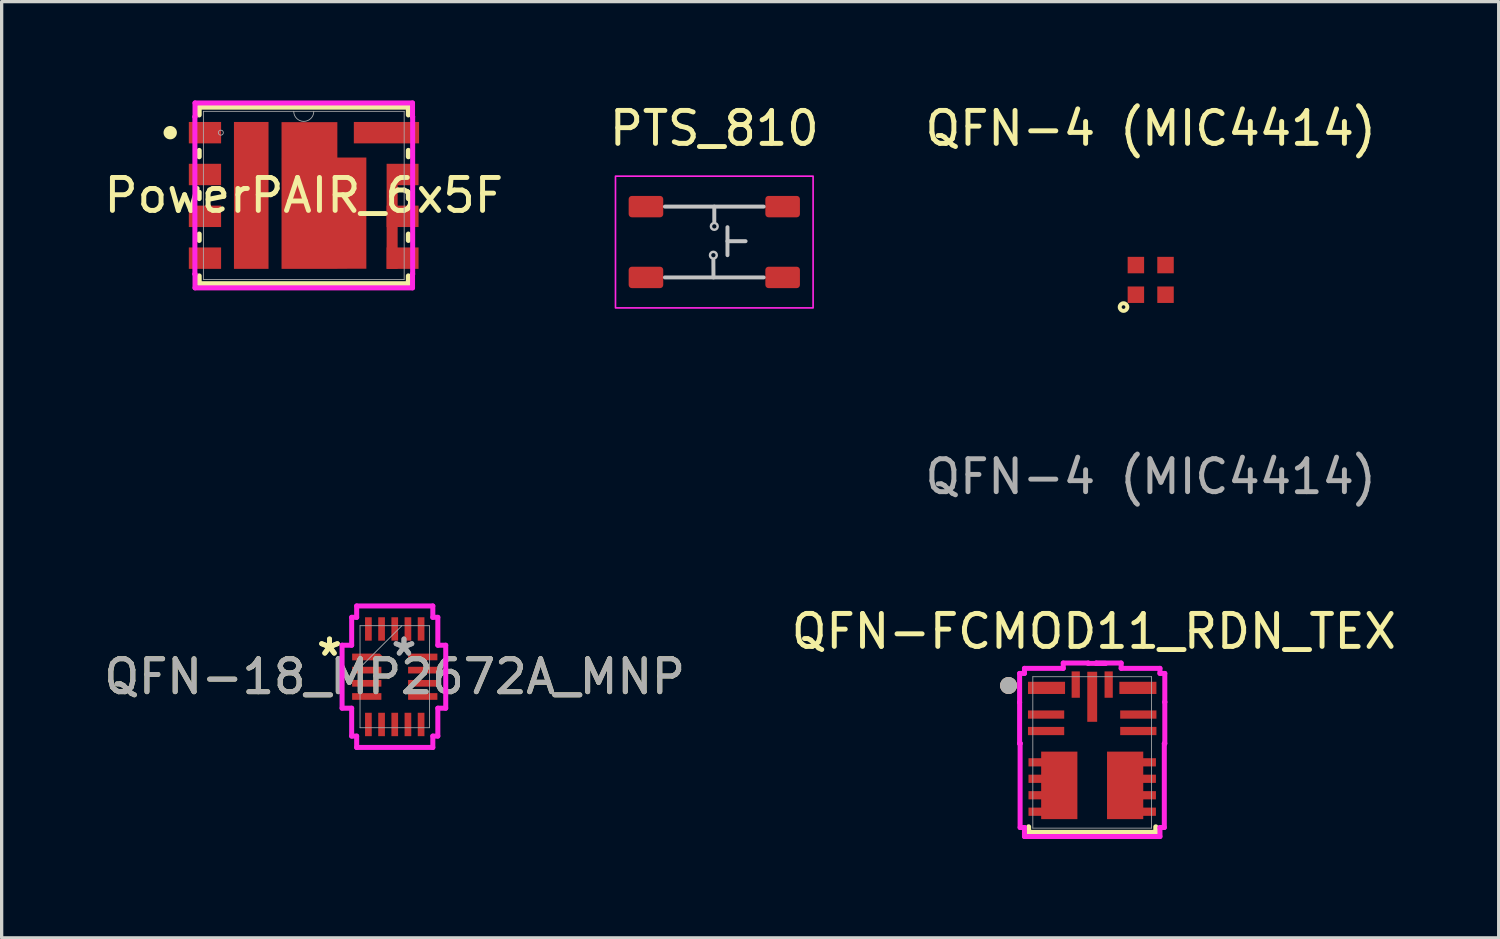
<source format=kicad_pcb>
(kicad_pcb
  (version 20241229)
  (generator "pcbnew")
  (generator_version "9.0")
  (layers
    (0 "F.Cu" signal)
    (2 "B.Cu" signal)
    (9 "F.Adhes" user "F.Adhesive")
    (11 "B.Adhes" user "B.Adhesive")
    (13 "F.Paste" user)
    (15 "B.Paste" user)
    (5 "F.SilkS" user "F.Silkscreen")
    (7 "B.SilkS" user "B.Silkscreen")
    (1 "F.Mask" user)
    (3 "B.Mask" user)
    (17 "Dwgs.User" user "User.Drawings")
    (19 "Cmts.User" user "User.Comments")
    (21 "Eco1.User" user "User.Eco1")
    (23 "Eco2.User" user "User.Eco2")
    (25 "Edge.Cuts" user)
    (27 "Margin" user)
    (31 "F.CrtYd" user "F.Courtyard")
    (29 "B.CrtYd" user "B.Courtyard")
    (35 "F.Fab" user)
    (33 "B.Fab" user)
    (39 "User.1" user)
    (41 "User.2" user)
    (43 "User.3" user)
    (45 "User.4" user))
  (footprint "QFN-4 (MIC4414)"
    (layer "F.Cu")
    (at 31.887 5.448)
    (property "Reference" "QFN-4 (MIC4414)" (at 0 -4.6 0) (unlocked yes) (layer "F.SilkS") (effects (font (size 1 1) (thickness 0.15))))
    (attr smd)
    (fp_circle (center -0.825 0.825) (end -0.775 0.8) (stroke (width 0.12) (type solid)) (fill no) (layer "F.SilkS"))
    (fp_rect (start -0.75 -0.75) (end 0.75 0.75) (stroke (width 0.1) (type solid)) (fill no) (layer "Margin"))
    (fp_text user "${REFERENCE}" (at 0 5.975 0) (unlocked yes) (layer "F.Fab") (effects (font (size 1 1) (thickness 0.15))))
    (pad "1" smd rect (at -0.45 0.45) (size 0.5 0.5) (layers "F.Cu" "F.Mask" "F.Paste"))
    (pad "2" smd rect (at 0.45 0.45) (size 0.5 0.5) (layers "F.Cu" "F.Mask" "F.Paste"))
    (pad "3" smd rect (at 0.45 -0.45) (size 0.5 0.5) (layers "F.Cu" "F.Mask" "F.Paste"))
    (pad "4" smd rect (at -0.45 -0.45) (size 0.5 0.5) (layers "F.Cu" "F.Mask" "F.Paste")))
  (footprint "PTS_810"
    (layer "F.Cu")
    (at 18.637 4.298)
    (property "Reference" "PTS_810" (at 0 -3.45 0) (unlocked yes) (layer "F.SilkS") (effects (font (size 1 1) (thickness 0.15))))
    (attr smd)
    (fp_line (start -1.5 -1.075) (end 1.5 -1.075) (stroke (width 0.12) (type solid)) (layer "Dwgs.User"))
    (fp_line (start -1.5 1.075) (end 1.5 1.075) (stroke (width 0.12) (type solid)) (layer "Dwgs.User"))
    (fp_line (start -0.025 1.075) (end -0.028 0.55) (stroke (width 0.12) (type solid)) (layer "Dwgs.User"))
    (fp_line (start 0 -1.075) (end 0 -0.625) (stroke (width 0.12) (type solid)) (layer "Dwgs.User"))
    (fp_line (start 0.4 -0.025) (end 0.95 -0.025) (stroke (width 0.12) (type solid)) (layer "Dwgs.User"))
    (fp_line (start 0.4 0.4) (end 0.4 -0.45) (stroke (width 0.12) (type solid)) (layer "Dwgs.User"))
    (fp_circle (center -0.028 0.4) (end 0.075 0.4) (stroke (width 0.075) (type solid)) (fill no) (layer "Dwgs.User"))
    (fp_circle (center 0 -0.475) (end 0.103 -0.475) (stroke (width 0.075) (type solid)) (fill no) (layer "Dwgs.User"))
    (fp_rect (start -3 -2) (end 3 2) (stroke (width 0.05) (type solid)) (fill no) (layer "F.CrtYd"))
    (pad "1" smd roundrect (at -2.075 -1.075) (size 1.05 0.65) (layers "F.Cu" "F.Mask" "F.Paste") (roundrect_rratio 0.15))
    (pad "1" smd roundrect (at 2.075 -1.075) (size 1.05 0.65) (layers "F.Cu" "F.Mask" "F.Paste") (roundrect_rratio 0.15))
    (pad "2" smd roundrect (at -2.075 1.075) (size 1.05 0.65) (layers "F.Cu" "F.Mask" "F.Paste") (roundrect_rratio 0.15))
    (pad "2" smd roundrect (at 2.075 1.075) (size 1.05 0.65) (layers "F.Cu" "F.Mask" "F.Paste") (roundrect_rratio 0.15)))
  (footprint "QFN-FCMOD11_RDN_TEX"
    (layer "F.Cu")
    (at 30.111 19.795)
    (property "Reference" "QFN-FCMOD11_RDN_TEX" (at 0.05 -3.675 0) (unlocked yes) (layer "F.SilkS") (effects (font (size 1 1) (thickness 0.15))))
    (attr smd)
    (fp_line (start -1.93 2.426) (end -1.93 2.258) (stroke (width 0.152) (type solid)) (layer "F.SilkS"))
    (fp_line (start 1.93 2.258) (end 1.93 2.426) (stroke (width 0.152) (type solid)) (layer "F.SilkS"))
    (fp_line (start 1.93 2.426) (end -1.93 2.426) (stroke (width 0.152) (type solid)) (layer "F.SilkS"))
    (fp_circle (center -2.54 -2.032) (end -2.413 -2.032) (stroke (width 0.254) (type solid)) (fill no) (layer "F.SilkS"))
    (fp_circle (center -2.54 -2.032) (end -2.413 -2.032) (stroke (width 0.254) (type solid)) (fill no) (layer "B.SilkS"))
    (fp_line (start -2.204 -1.521) (end -2.204 -0.271) (stroke (width 0.152) (type solid)) (layer "F.CrtYd"))
    (fp_line (start -2.204 -0.271) (end -2.189 -0.271) (stroke (width 0.152) (type solid)) (layer "F.CrtYd"))
    (fp_line (start -2.204 -2.399) (end -2.204 -1.521) (stroke (width 0.152) (type solid)) (layer "F.CrtYd"))
    (fp_line (start -2.204 -1.521) (end -2.204 -1.521) (stroke (width 0.152) (type solid)) (layer "F.CrtYd"))
    (fp_line (start -2.189 -0.279) (end -2.189 2.279) (stroke (width 0.152) (type solid)) (layer "F.CrtYd"))
    (fp_line (start -2.189 -0.271) (end -2.189 -0.279) (stroke (width 0.152) (type solid)) (layer "F.CrtYd"))
    (fp_line (start -2.189 2.279) (end -2.057 2.279) (stroke (width 0.152) (type solid)) (layer "F.CrtYd"))
    (fp_line (start -2.057 -2.553) (end -2.057 -2.399) (stroke (width 0.152) (type solid)) (layer "F.CrtYd"))
    (fp_line (start -2.057 -2.399) (end -2.204 -2.399) (stroke (width 0.152) (type solid)) (layer "F.CrtYd"))
    (fp_line (start -2.057 2.279) (end -2.057 2.553) (stroke (width 0.152) (type solid)) (layer "F.CrtYd"))
    (fp_line (start -2.057 2.553) (end 2.057 2.553) (stroke (width 0.152) (type solid)) (layer "F.CrtYd"))
    (fp_line (start -0.879 -2.714) (end -0.879 -2.553) (stroke (width 0.152) (type solid)) (layer "F.CrtYd"))
    (fp_line (start -0.879 -2.553) (end -2.057 -2.553) (stroke (width 0.152) (type solid)) (layer "F.CrtYd"))
    (fp_line (start -0.121 -2.714) (end -0.879 -2.714) (stroke (width 0.152) (type solid)) (layer "F.CrtYd"))
    (fp_line (start -0.121 -2.704) (end -0.121 -2.714) (stroke (width 0.152) (type solid)) (layer "F.CrtYd"))
    (fp_line (start 0.121 -2.714) (end 0.121 -2.704) (stroke (width 0.152) (type solid)) (layer "F.CrtYd"))
    (fp_line (start 0.121 -2.704) (end 0.404 -2.704) (stroke (width 0.152) (type solid)) (layer "F.CrtYd"))
    (fp_line (start 0.404 -2.704) (end -0.121 -2.704) (stroke (width 0.152) (type solid)) (layer "F.CrtYd"))
    (fp_line (start 0.879 -2.714) (end 0.121 -2.714) (stroke (width 0.152) (type solid)) (layer "F.CrtYd"))
    (fp_line (start 0.879 -2.553) (end 0.879 -2.714) (stroke (width 0.152) (type solid)) (layer "F.CrtYd"))
    (fp_line (start 2.057 -2.553) (end 0.879 -2.553) (stroke (width 0.152) (type solid)) (layer "F.CrtYd"))
    (fp_line (start 2.057 -2.399) (end 2.057 -2.553) (stroke (width 0.152) (type solid)) (layer "F.CrtYd"))
    (fp_line (start 2.057 2.279) (end 2.189 2.279) (stroke (width 0.152) (type solid)) (layer "F.CrtYd"))
    (fp_line (start 2.057 2.553) (end 2.057 2.279) (stroke (width 0.152) (type solid)) (layer "F.CrtYd"))
    (fp_line (start 2.189 -0.271) (end 2.204 -0.271) (stroke (width 0.152) (type solid)) (layer "F.CrtYd"))
    (fp_line (start 2.189 2.279) (end 2.189 -0.271) (stroke (width 0.152) (type solid)) (layer "F.CrtYd"))
    (fp_line (start 2.204 -2.399) (end 2.057 -2.399) (stroke (width 0.152) (type solid)) (layer "F.CrtYd"))
    (fp_line (start 2.204 -1.529) (end 2.204 -2.399) (stroke (width 0.152) (type solid)) (layer "F.CrtYd"))
    (fp_line (start 2.204 -1.529) (end 2.204 -1.529) (stroke (width 0.152) (type solid)) (layer "F.CrtYd"))
    (fp_line (start 2.204 -0.271) (end 2.204 -1.529) (stroke (width 0.152) (type solid)) (layer "F.CrtYd"))
    (fp_line (start -1.803 -2.299) (end -1.803 2.299) (stroke (width 0.025) (type solid)) (layer "F.Fab"))
    (fp_line (start -1.803 2.299) (end 1.803 2.299) (stroke (width 0.025) (type solid)) (layer "F.Fab"))
    (fp_line (start 1.803 -2.299) (end -1.803 -2.299) (stroke (width 0.025) (type solid)) (layer "F.Fab"))
    (fp_line (start 1.803 2.299) (end 1.803 -2.299) (stroke (width 0.025) (type solid)) (layer "F.Fab"))
    (fp_circle (center -2.54 -2.032) (end -2.413 -2.032) (stroke (width 0.254) (type solid)) (fill no) (layer "F.Fab"))
    (pad "1" smd rect (at -1.387 -1.96) (size 1.125 0.37) (layers "F.Cu" "F.Mask" "F.Paste"))
    (pad "2" smd rect (at -1.4 -1.15) (size 1.1 0.25) (layers "F.Cu" "F.Mask" "F.Paste"))
    (pad "3" smd rect (at -1.4 -0.65) (size 1.1 0.25) (layers "F.Cu" "F.Mask" "F.Paste"))
    (pad "4" smd custom (at -1 1) (size 1.1 2.05) (layers "F.Cu" "F.Mask" "F.Paste") (options (anchor rect)) (primitives (gr_poly (pts (xy -0.55 -1.025) (xy -0.55 -0.825) (xy -0.935 -0.825) (xy -0.935 -0.575) (xy -0.55 -0.575) (xy -0.55 -0.325) (xy -0.935 -0.325) (xy -0.935 -0.075) (xy -0.55 -0.075) (xy -0.55 0.175) (xy -0.935 0.175) (xy -0.935 0.425) (xy -0.55 0.425) (xy -0.55 0.675) (xy -0.935 0.675) (xy -0.935 0.925) (xy -0.55 0.925) (xy -0.55 1.025) (xy 0.55 1.025) (xy 0.55 -1.025)) (width 0) (fill yes))))
    (pad "5" smd custom (at 1 1) (size 1.1 2.05) (layers "F.Cu" "F.Mask" "F.Paste") (options (anchor rect)) (primitives (gr_poly (pts (xy -0.55 -1.025) (xy -0.55 1.025) (xy 0.55 1.025) (xy 0.55 0.925) (xy 0.935 0.925) (xy 0.935 0.675) (xy 0.55 0.675) (xy 0.55 0.425) (xy 0.935 0.425) (xy 0.935 0.175) (xy 0.55 0.175) (xy 0.55 -0.075) (xy 0.935 -0.075) (xy 0.935 -0.325) (xy 0.55 -0.325) (xy 0.55 -0.575) (xy 0.935 -0.575) (xy 0.935 -0.825) (xy 0.55 -0.825) (xy 0.55 -1.025)) (width 0) (fill yes))))
    (pad "6" smd rect (at 1.4 -0.65) (size 1.1 0.25) (layers "F.Cu" "F.Mask" "F.Paste"))
    (pad "7" smd rect (at 1.4 -1.15) (size 1.1 0.25) (layers "F.Cu" "F.Mask" "F.Paste"))
    (pad "8" smd rect (at 1.387 -1.96) (size 1.125 0.37) (layers "F.Cu" "F.Mask" "F.Paste"))
    (pad "9" smd rect (at 0.5 -2.06 90) (size 0.8 0.25) (layers "F.Cu" "F.Mask" "F.Paste"))
    (pad "10" smd rect (at 0 -1.69 90) (size 1.52 0.3) (layers "F.Cu" "F.Mask" "F.Paste"))
    (pad "11" smd rect (at -0.5 -2.06 90) (size 0.8 0.25) (layers "F.Cu" "F.Mask" "F.Paste")))
  (footprint "PowerPAIR_6x5F"
    (layer "F.Cu")
    (at 6.173 2.883)
    (property "Reference" "PowerPAIR_6x5F" (at 0 0 0) (unlocked yes) (layer "F.SilkS") (effects (font (size 1 1) (thickness 0.15))))
    (attr smd)
    (fp_line (start -3.175 -2.68) (end -3.175 -2.443) (stroke (width 0.152) (type solid)) (layer "F.SilkS"))
    (fp_line (start -3.175 -1.367) (end -3.175 -1.173) (stroke (width 0.152) (type solid)) (layer "F.SilkS"))
    (fp_line (start -3.175 -0.097) (end -3.175 0.097) (stroke (width 0.152) (type solid)) (layer "F.SilkS"))
    (fp_line (start -3.175 1.173) (end -3.175 1.367) (stroke (width 0.152) (type solid)) (layer "F.SilkS"))
    (fp_line (start -3.175 2.443) (end -3.175 2.68) (stroke (width 0.152) (type solid)) (layer "F.SilkS"))
    (fp_line (start -3.175 2.68) (end 3.175 2.68) (stroke (width 0.152) (type solid)) (layer "F.SilkS"))
    (fp_line (start 3.175 -2.68) (end -3.175 -2.68) (stroke (width 0.152) (type solid)) (layer "F.SilkS"))
    (fp_line (start 3.175 -2.443) (end 3.175 -2.68) (stroke (width 0.152) (type solid)) (layer "F.SilkS"))
    (fp_line (start 3.175 -1.173) (end 3.175 -1.367) (stroke (width 0.152) (type solid)) (layer "F.SilkS"))
    (fp_line (start 3.175 0.097) (end 3.175 -0.097) (stroke (width 0.152) (type solid)) (layer "F.SilkS"))
    (fp_line (start 3.175 1.367) (end 3.175 1.173) (stroke (width 0.152) (type solid)) (layer "F.SilkS"))
    (fp_line (start 3.175 2.68) (end 3.175 2.443) (stroke (width 0.152) (type solid)) (layer "F.SilkS"))
    (fp_circle (center -4.055 -1.905) (end -3.928 -1.905) (stroke (width 0.152) (type solid)) (fill yes) (layer "F.SilkS"))
    (fp_poly (pts (xy -1.975 -2.032) (xy -1.975 -0.818) (xy -1.21 -0.818) (xy -1.21 -2.032)) (stroke (width 0) (type solid)) (fill yes) (layer "F.Paste"))
    (fp_poly (pts (xy -1.975 -0.607) (xy -1.975 0.607) (xy -1.21 0.607) (xy -1.21 -0.607)) (stroke (width 0) (type solid)) (fill yes) (layer "F.Paste"))
    (fp_poly (pts (xy -1.975 0.832) (xy -1.975 2.046) (xy -1.21 2.046) (xy -1.21 0.832)) (stroke (width 0) (type solid)) (fill yes) (layer "F.Paste"))
    (fp_poly (pts (xy -0.49 -2.021) (xy -0.49 -1.182) (xy 0.85 -1.182) (xy 0.85 -2.021)) (stroke (width 0) (type solid)) (fill yes) (layer "F.Paste"))
    (fp_poly (pts (xy -0.49 -0.957) (xy -0.49 0.407) (xy 1.725 0.407) (xy 1.725 -0.957)) (stroke (width 0) (type solid)) (fill yes) (layer "F.Paste"))
    (fp_poly (pts (xy -0.49 0.657) (xy -0.49 2.021) (xy 1.725 2.021) (xy 1.725 0.657)) (stroke (width 0) (type solid)) (fill yes) (layer "F.Paste"))
    (fp_line (start -3.306 -2.388) (end -3.302 -2.388) (stroke (width 0.152) (type solid)) (layer "F.CrtYd"))
    (fp_line (start -3.306 2.388) (end -3.306 -2.388) (stroke (width 0.152) (type solid)) (layer "F.CrtYd"))
    (fp_line (start -3.306 2.388) (end -3.302 2.388) (stroke (width 0.152) (type solid)) (layer "F.CrtYd"))
    (fp_line (start -3.302 -2.807) (end 3.302 -2.807) (stroke (width 0.152) (type solid)) (layer "F.CrtYd"))
    (fp_line (start -3.302 -2.388) (end -3.302 -2.807) (stroke (width 0.152) (type solid)) (layer "F.CrtYd"))
    (fp_line (start -3.302 2.807) (end -3.302 2.388) (stroke (width 0.152) (type solid)) (layer "F.CrtYd"))
    (fp_line (start 3.302 -2.807) (end 3.302 -2.388) (stroke (width 0.152) (type solid)) (layer "F.CrtYd"))
    (fp_line (start 3.302 2.388) (end 3.302 2.807) (stroke (width 0.152) (type solid)) (layer "F.CrtYd"))
    (fp_line (start 3.302 2.807) (end -3.302 2.807) (stroke (width 0.152) (type solid)) (layer "F.CrtYd"))
    (fp_line (start 3.306 -2.388) (end 3.302 -2.388) (stroke (width 0.152) (type solid)) (layer "F.CrtYd"))
    (fp_line (start 3.306 -2.388) (end 3.306 2.388) (stroke (width 0.152) (type solid)) (layer "F.CrtYd"))
    (fp_line (start 3.306 2.388) (end 3.302 2.388) (stroke (width 0.152) (type solid)) (layer "F.CrtYd"))
    (fp_line (start -3.048 -2.553) (end -3.048 2.553) (stroke (width 0.025) (type solid)) (layer "F.Fab"))
    (fp_line (start -3.048 2.553) (end 3.048 2.553) (stroke (width 0.025) (type solid)) (layer "F.Fab"))
    (fp_line (start 3.048 -2.553) (end -3.048 -2.553) (stroke (width 0.025) (type solid)) (layer "F.Fab"))
    (fp_line (start 3.048 2.553) (end 3.048 -2.553) (stroke (width 0.025) (type solid)) (layer "F.Fab"))
    (fp_arc (start 0.3048 -2.5527) (mid 0 -2.2479) (end -0.3048 -2.5527) (stroke (width 0.0254) (type solid)) (layer "F.Fab"))
    (fp_circle (center -2.518 -1.905) (end -2.442 -1.905) (stroke (width 0.025) (type solid)) (fill no) (layer "F.Fab"))
    (pad "1" smd rect (at -3 -1.905) (size 0.98 0.65) (layers "F.Cu" "F.Mask" "F.Paste"))
    (pad "2" smd rect (at -3 0.635) (size 0.98 0.65) (layers "F.Cu" "F.Mask" "F.Paste"))
    (pad "2" smd rect (at -3 1.905) (size 0.98 0.65) (layers "F.Cu" "F.Mask" "F.Paste"))
    (pad "2" smd rect (at -1.595 0) (size 1.05 4.46) (layers "F.Cu" "F.Mask"))
    (pad "3" smd rect (at -3 -0.635) (size 0.98 0.65) (layers "F.Cu" "F.Mask" "F.Paste"))
    (pad "3" smd custom (at 3 -0.635) (size 0.97 0.65) (layers "F.Cu" "F.Mask" "F.Paste") (options (anchor rect)) (primitives (gr_rect (start -0.485 -0.325) (end -0.15 2.865) (width 0) (fill yes))))
    (pad "3" smd rect (at 3 0.635) (size 0.97 0.65) (layers "F.Cu" "F.Mask" "F.Paste"))
    (pad "3" smd rect (at 3 1.905) (size 0.97 0.65) (layers "F.Cu" "F.Mask" "F.Paste"))
    (pad "4" smd custom (at 0.172 0.003) (size 1.695 4.455) (layers "F.Cu" "F.Mask") (options (anchor rect)) (primitives (gr_poly (pts (xy -0.848 -1.153) (xy 1.728 -1.153) (xy 1.728 2.223) (xy -0.843 2.228)) (width 0) (fill yes))))
    (pad "5" smd rect (at 2.51 -1.905) (size 1.98 0.65) (layers "F.Cu" "F.Mask" "F.Paste")))
  (footprint "QFN-18_MP2672A_MNP"
    (layer "F.Cu")
    (at 8.935 17.496)
    (property "Reference" "QFN-18_MP2672A_MNP" (at 0 0 0) (unlocked yes) (layer "F.SilkS") (effects (font (size 1 1) (thickness 0.15))))
    (attr smd)
    (fp_poly (pts (xy -1.294 -0.702) (xy -1.294 -0.498) (xy -0.304 -0.498) (xy -0.304 -0.552) (xy -0.454 -0.702)) (stroke (width 0) (type solid)) (fill yes) (layer "F.Cu"))
    (fp_poly (pts (xy -1.294 -0.702) (xy -1.294 -0.498) (xy -0.304 -0.498) (xy -0.304 -0.552) (xy -0.454 -0.702)) (stroke (width 0) (type solid)) (fill yes) (layer "F.Mask"))
    (fp_poly (pts (xy -1.294 -0.702) (xy -1.294 -0.498) (xy -0.304 -0.498) (xy -0.304 -0.552) (xy -0.454 -0.702)) (stroke (width 0) (type solid)) (fill yes) (layer "F.Paste"))
    (fp_line (start -1.599 -0.956) (end -1.308 -0.956) (stroke (width 0.152) (type solid)) (layer "F.CrtYd"))
    (fp_line (start -1.599 0.956) (end -1.599 -0.956) (stroke (width 0.152) (type solid)) (layer "F.CrtYd"))
    (fp_line (start -1.308 -1.803) (end -1.156 -1.803) (stroke (width 0.152) (type solid)) (layer "F.CrtYd"))
    (fp_line (start -1.308 -0.956) (end -1.308 -1.803) (stroke (width 0.152) (type solid)) (layer "F.CrtYd"))
    (fp_line (start -1.308 0.956) (end -1.599 0.956) (stroke (width 0.152) (type solid)) (layer "F.CrtYd"))
    (fp_line (start -1.308 1.803) (end -1.308 0.956) (stroke (width 0.152) (type solid)) (layer "F.CrtYd"))
    (fp_line (start -1.156 -2.148) (end 1.156 -2.148) (stroke (width 0.152) (type solid)) (layer "F.CrtYd"))
    (fp_line (start -1.156 -1.803) (end -1.156 -2.148) (stroke (width 0.152) (type solid)) (layer "F.CrtYd"))
    (fp_line (start -1.156 1.803) (end -1.308 1.803) (stroke (width 0.152) (type solid)) (layer "F.CrtYd"))
    (fp_line (start -1.156 2.148) (end -1.156 1.803) (stroke (width 0.152) (type solid)) (layer "F.CrtYd"))
    (fp_line (start 1.156 -2.148) (end 1.156 -1.803) (stroke (width 0.152) (type solid)) (layer "F.CrtYd"))
    (fp_line (start 1.156 -1.803) (end 1.308 -1.803) (stroke (width 0.152) (type solid)) (layer "F.CrtYd"))
    (fp_line (start 1.156 1.803) (end 1.156 2.148) (stroke (width 0.152) (type solid)) (layer "F.CrtYd"))
    (fp_line (start 1.156 2.148) (end -1.156 2.148) (stroke (width 0.152) (type solid)) (layer "F.CrtYd"))
    (fp_line (start 1.308 -1.803) (end 1.308 -0.956) (stroke (width 0.152) (type solid)) (layer "F.CrtYd"))
    (fp_line (start 1.308 -0.956) (end 1.548 -0.956) (stroke (width 0.152) (type solid)) (layer "F.CrtYd"))
    (fp_line (start 1.308 0.956) (end 1.308 1.803) (stroke (width 0.152) (type solid)) (layer "F.CrtYd"))
    (fp_line (start 1.308 1.803) (end 1.156 1.803) (stroke (width 0.152) (type solid)) (layer "F.CrtYd"))
    (fp_line (start 1.548 -0.956) (end 1.548 0.956) (stroke (width 0.152) (type solid)) (layer "F.CrtYd"))
    (fp_line (start 1.548 0.956) (end 1.308 0.956) (stroke (width 0.152) (type solid)) (layer "F.CrtYd"))
    (fp_line (start -1.054 -1.549) (end -1.054 1.549) (stroke (width 0.025) (type solid)) (layer "F.Fab"))
    (fp_line (start -1.054 -0.279) (end 0.216 -1.549) (stroke (width 0.025) (type solid)) (layer "F.Fab"))
    (fp_line (start -1.054 1.549) (end 1.054 1.549) (stroke (width 0.025) (type solid)) (layer "F.Fab"))
    (fp_line (start 1.054 -1.549) (end -1.054 -1.549) (stroke (width 0.025) (type solid)) (layer "F.Fab"))
    (fp_line (start 1.054 1.549) (end 1.054 -1.549) (stroke (width 0.025) (type solid)) (layer "F.Fab"))
    (fp_text user "*" (at -1.98 -0.6 0) (layer "F.SilkS") (effects (font (size 1 1) (thickness 0.15))))
    (fp_text user "*" (at -1.98 -0.6 0) (unlocked yes) (layer "F.SilkS") (effects (font (size 1 1) (thickness 0.15))))
    (fp_text user "*" (at 0.28 -0.6 0) (unlocked yes) (layer "F.Fab") (effects (font (size 1 1) (thickness 0.15))))
    (fp_text user "*" (at 0.28 -0.6 0) (layer "F.Fab") (effects (font (size 1 1) (thickness 0.15))))
    (fp_text user "${REFERENCE}" (at 0 0 0) (unlocked yes) (layer "F.Fab") (effects (font (size 1 1) (thickness 0.15))))
    (pad "1" smd rect (at -0.799 -0.6) (size 0.127 0.127) (layers "F.Cu" "F.Mask" "F.Paste"))
    (pad "2" smd rect (at -0.85 -0.2) (size 0.889 0.203) (layers "F.Cu" "F.Mask" "F.Paste"))
    (pad "3" smd rect (at -0.85 0.2) (size 0.889 0.203) (layers "F.Cu" "F.Mask" "F.Paste"))
    (pad "4" smd rect (at -0.85 0.6) (size 0.889 0.203) (layers "F.Cu" "F.Mask" "F.Paste"))
    (pad "5" smd rect (at -0.8 1.45 90) (size 0.711 0.203) (layers "F.Cu" "F.Mask" "F.Paste"))
    (pad "6" smd rect (at -0.4 1.45 90) (size 0.711 0.203) (layers "F.Cu" "F.Mask" "F.Paste"))
    (pad "7" smd rect (at 0 1.45 90) (size 0.711 0.203) (layers "F.Cu" "F.Mask" "F.Paste"))
    (pad "8" smd rect (at 0.4 1.45 90) (size 0.711 0.203) (layers "F.Cu" "F.Mask" "F.Paste"))
    (pad "9" smd rect (at 0.8 1.45 90) (size 0.711 0.203) (layers "F.Cu" "F.Mask" "F.Paste"))
    (pad "10" smd rect (at 0.85 0.6) (size 0.889 0.203) (layers "F.Cu" "F.Mask" "F.Paste"))
    (pad "11" smd rect (at 0.85 0.2) (size 0.889 0.203) (layers "F.Cu" "F.Mask" "F.Paste"))
    (pad "12" smd rect (at 0.85 -0.2) (size 0.889 0.203) (layers "F.Cu" "F.Mask" "F.Paste"))
    (pad "13" smd rect (at 0.85 -0.6) (size 0.889 0.203) (layers "F.Cu" "F.Mask" "F.Paste"))
    (pad "14" smd rect (at 0.8 -1.45 90) (size 0.711 0.203) (layers "F.Cu" "F.Mask" "F.Paste"))
    (pad "15" smd rect (at 0.4 -1.45 90) (size 0.711 0.203) (layers "F.Cu" "F.Mask" "F.Paste"))
    (pad "16" smd rect (at 0 -1.45 90) (size 0.711 0.203) (layers "F.Cu" "F.Mask" "F.Paste"))
    (pad "17" smd rect (at -0.4 -1.45 90) (size 0.711 0.203) (layers "F.Cu" "F.Mask" "F.Paste"))
    (pad "18" smd rect (at -0.8 -1.45 90) (size 0.711 0.203) (layers "F.Cu" "F.Mask" "F.Paste")))
  (gr_rect
    (start -3 -3)
    (end 42.452 25.424)
    (stroke (width 0.1) (type default))
    (fill no)
    (layer "Edge.Cuts")))
</source>
